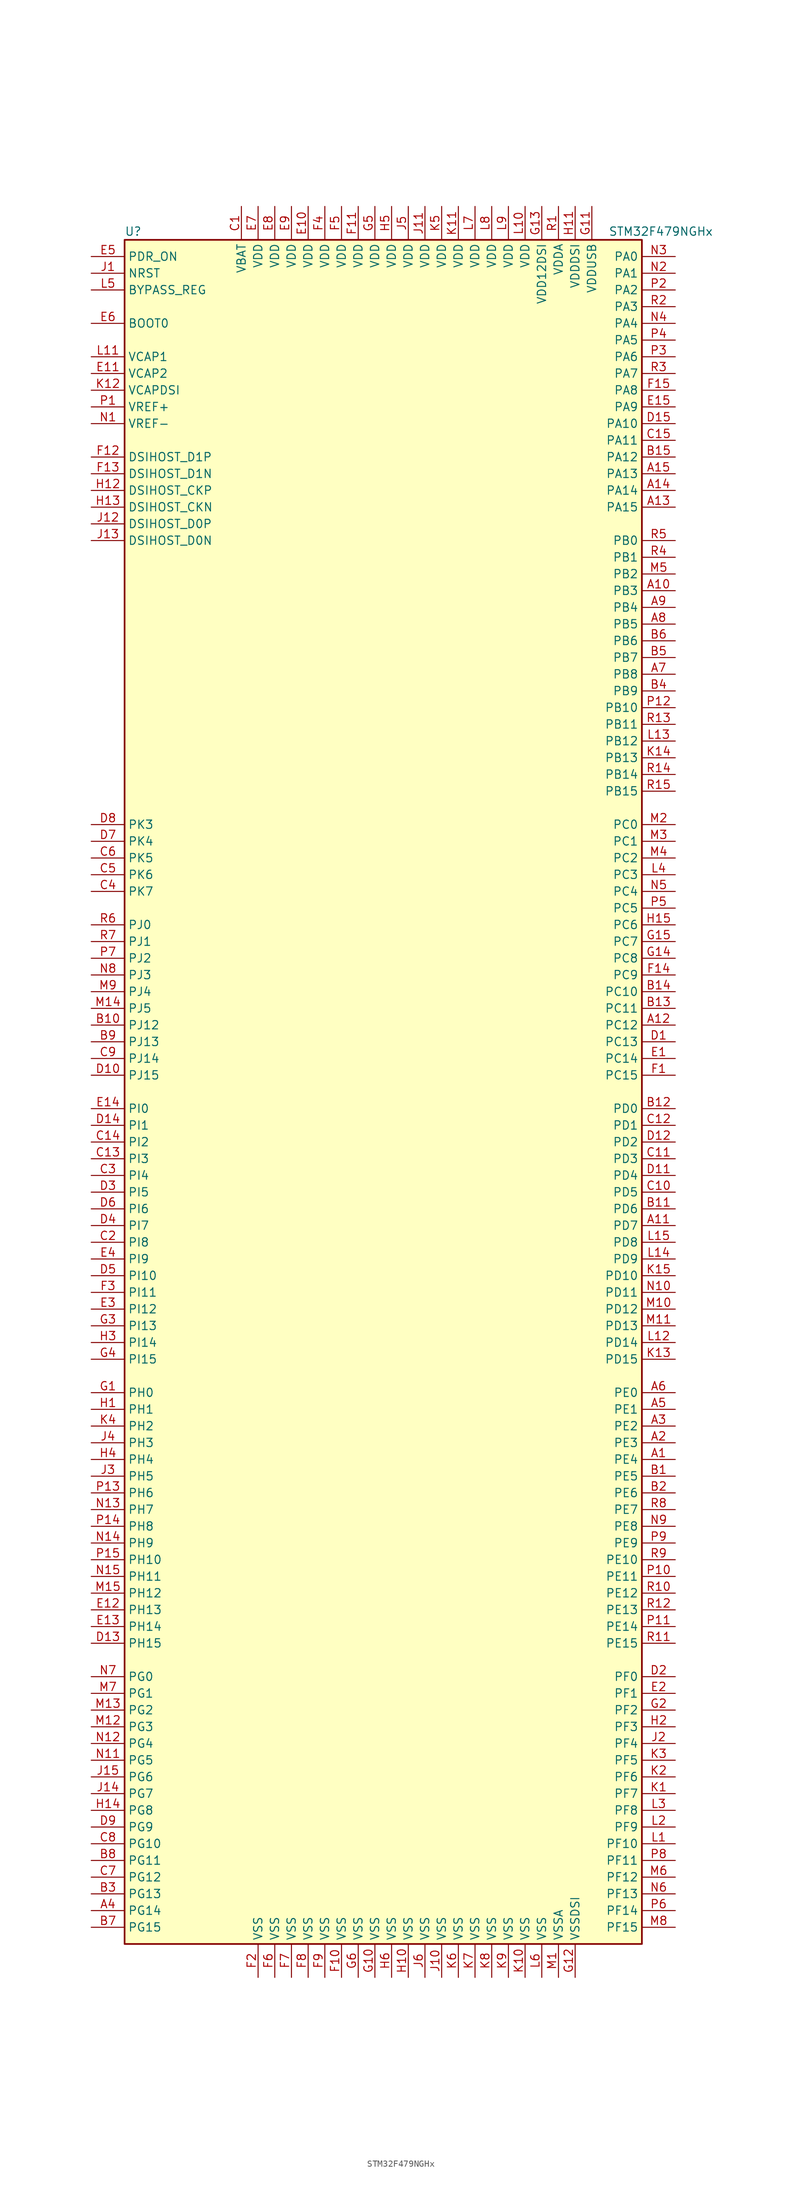
<source format=kicad_sym>
(kicad_symbol_lib
  (version 20201005)
  (generator kicad_symbol_editor)
  (symbol "STM32F479NGHx"
    (property "Reference" "U"
      (at -40.64 130.81 0)
      (effects (font (size 1.27 1.27)) (justify left)))
    (property "Value" "STM32F479NGHx"
      (at 33.02 130.81 0)
      (effects (font (size 1.27 1.27)) (justify left)))
    (symbol "STM32F479NGHx_0_1"
      (rectangle (start -40.64 -129.54) (end 38.1 129.54) (stroke (width 0.254)) (fill (type background))))
    (symbol "STM32F479NGHx_1_1"
      (pin input line (at -45.72 116.84 0) (length 5.08) (name "BOOT0" (effects (font (size 1.27 1.27)))) (number "E6" (effects (font (size 1.27 1.27)))))
      (pin input line (at -45.72 121.92 0) (length 5.08) (name "BYPASS_REG" (effects (font (size 1.27 1.27)))) (number "L5" (effects (font (size 1.27 1.27)))))
      (pin bidirectional line (at -45.72 88.9 0) (length 5.08) (name "DSIHOST_CKN" (effects (font (size 1.27 1.27)))) (number "H13" (effects (font (size 1.27 1.27)))))
      (pin bidirectional line (at -45.72 91.44 0) (length 5.08) (name "DSIHOST_CKP" (effects (font (size 1.27 1.27)))) (number "H12" (effects (font (size 1.27 1.27)))))
      (pin bidirectional line (at -45.72 83.82 0) (length 5.08) (name "DSIHOST_D0N" (effects (font (size 1.27 1.27)))) (number "J13" (effects (font (size 1.27 1.27)))))
      (pin bidirectional line (at -45.72 86.36 0) (length 5.08) (name "DSIHOST_D0P" (effects (font (size 1.27 1.27)))) (number "J12" (effects (font (size 1.27 1.27)))))
      (pin bidirectional line (at -45.72 93.98 0) (length 5.08) (name "DSIHOST_D1N" (effects (font (size 1.27 1.27)))) (number "F13" (effects (font (size 1.27 1.27)))))
      (pin bidirectional line (at -45.72 96.52 0) (length 5.08) (name "DSIHOST_D1P" (effects (font (size 1.27 1.27)))) (number "F12" (effects (font (size 1.27 1.27)))))
      (pin input line (at -45.72 124.46 0) (length 5.08) (name "NRST" (effects (font (size 1.27 1.27)))) (number "J1" (effects (font (size 1.27 1.27)))))
      (pin bidirectional line (at 43.18 127 180) (length 5.08) (name "PA0" (effects (font (size 1.27 1.27)))) (number "N3" (effects (font (size 1.27 1.27)))))
      (pin bidirectional line (at 43.18 124.46 180) (length 5.08) (name "PA1" (effects (font (size 1.27 1.27)))) (number "N2" (effects (font (size 1.27 1.27)))))
      (pin bidirectional line (at 43.18 101.6 180) (length 5.08) (name "PA10" (effects (font (size 1.27 1.27)))) (number "D15" (effects (font (size 1.27 1.27)))))
      (pin bidirectional line (at 43.18 99.06 180) (length 5.08) (name "PA11" (effects (font (size 1.27 1.27)))) (number "C15" (effects (font (size 1.27 1.27)))))
      (pin bidirectional line (at 43.18 96.52 180) (length 5.08) (name "PA12" (effects (font (size 1.27 1.27)))) (number "B15" (effects (font (size 1.27 1.27)))))
      (pin bidirectional line (at 43.18 93.98 180) (length 5.08) (name "PA13" (effects (font (size 1.27 1.27)))) (number "A15" (effects (font (size 1.27 1.27)))))
      (pin bidirectional line (at 43.18 91.44 180) (length 5.08) (name "PA14" (effects (font (size 1.27 1.27)))) (number "A14" (effects (font (size 1.27 1.27)))))
      (pin bidirectional line (at 43.18 88.9 180) (length 5.08) (name "PA15" (effects (font (size 1.27 1.27)))) (number "A13" (effects (font (size 1.27 1.27)))))
      (pin bidirectional line (at 43.18 121.92 180) (length 5.08) (name "PA2" (effects (font (size 1.27 1.27)))) (number "P2" (effects (font (size 1.27 1.27)))))
      (pin bidirectional line (at 43.18 119.38 180) (length 5.08) (name "PA3" (effects (font (size 1.27 1.27)))) (number "R2" (effects (font (size 1.27 1.27)))))
      (pin bidirectional line (at 43.18 116.84 180) (length 5.08) (name "PA4" (effects (font (size 1.27 1.27)))) (number "N4" (effects (font (size 1.27 1.27)))))
      (pin bidirectional line (at 43.18 114.3 180) (length 5.08) (name "PA5" (effects (font (size 1.27 1.27)))) (number "P4" (effects (font (size 1.27 1.27)))))
      (pin bidirectional line (at 43.18 111.76 180) (length 5.08) (name "PA6" (effects (font (size 1.27 1.27)))) (number "P3" (effects (font (size 1.27 1.27)))))
      (pin bidirectional line (at 43.18 109.22 180) (length 5.08) (name "PA7" (effects (font (size 1.27 1.27)))) (number "R3" (effects (font (size 1.27 1.27)))))
      (pin bidirectional line (at 43.18 106.68 180) (length 5.08) (name "PA8" (effects (font (size 1.27 1.27)))) (number "F15" (effects (font (size 1.27 1.27)))))
      (pin bidirectional line (at 43.18 104.14 180) (length 5.08) (name "PA9" (effects (font (size 1.27 1.27)))) (number "E15" (effects (font (size 1.27 1.27)))))
      (pin bidirectional line (at 43.18 83.82 180) (length 5.08) (name "PB0" (effects (font (size 1.27 1.27)))) (number "R5" (effects (font (size 1.27 1.27)))))
      (pin bidirectional line (at 43.18 81.28 180) (length 5.08) (name "PB1" (effects (font (size 1.27 1.27)))) (number "R4" (effects (font (size 1.27 1.27)))))
      (pin bidirectional line (at 43.18 58.42 180) (length 5.08) (name "PB10" (effects (font (size 1.27 1.27)))) (number "P12" (effects (font (size 1.27 1.27)))))
      (pin bidirectional line (at 43.18 55.88 180) (length 5.08) (name "PB11" (effects (font (size 1.27 1.27)))) (number "R13" (effects (font (size 1.27 1.27)))))
      (pin bidirectional line (at 43.18 53.34 180) (length 5.08) (name "PB12" (effects (font (size 1.27 1.27)))) (number "L13" (effects (font (size 1.27 1.27)))))
      (pin bidirectional line (at 43.18 50.8 180) (length 5.08) (name "PB13" (effects (font (size 1.27 1.27)))) (number "K14" (effects (font (size 1.27 1.27)))))
      (pin bidirectional line (at 43.18 48.26 180) (length 5.08) (name "PB14" (effects (font (size 1.27 1.27)))) (number "R14" (effects (font (size 1.27 1.27)))))
      (pin bidirectional line (at 43.18 45.72 180) (length 5.08) (name "PB15" (effects (font (size 1.27 1.27)))) (number "R15" (effects (font (size 1.27 1.27)))))
      (pin bidirectional line (at 43.18 78.74 180) (length 5.08) (name "PB2" (effects (font (size 1.27 1.27)))) (number "M5" (effects (font (size 1.27 1.27)))))
      (pin bidirectional line (at 43.18 76.2 180) (length 5.08) (name "PB3" (effects (font (size 1.27 1.27)))) (number "A10" (effects (font (size 1.27 1.27)))))
      (pin bidirectional line (at 43.18 73.66 180) (length 5.08) (name "PB4" (effects (font (size 1.27 1.27)))) (number "A9" (effects (font (size 1.27 1.27)))))
      (pin bidirectional line (at 43.18 71.12 180) (length 5.08) (name "PB5" (effects (font (size 1.27 1.27)))) (number "A8" (effects (font (size 1.27 1.27)))))
      (pin bidirectional line (at 43.18 68.58 180) (length 5.08) (name "PB6" (effects (font (size 1.27 1.27)))) (number "B6" (effects (font (size 1.27 1.27)))))
      (pin bidirectional line (at 43.18 66.04 180) (length 5.08) (name "PB7" (effects (font (size 1.27 1.27)))) (number "B5" (effects (font (size 1.27 1.27)))))
      (pin bidirectional line (at 43.18 63.5 180) (length 5.08) (name "PB8" (effects (font (size 1.27 1.27)))) (number "A7" (effects (font (size 1.27 1.27)))))
      (pin bidirectional line (at 43.18 60.96 180) (length 5.08) (name "PB9" (effects (font (size 1.27 1.27)))) (number "B4" (effects (font (size 1.27 1.27)))))
      (pin bidirectional line (at 43.18 40.64 180) (length 5.08) (name "PC0" (effects (font (size 1.27 1.27)))) (number "M2" (effects (font (size 1.27 1.27)))))
      (pin bidirectional line (at 43.18 38.1 180) (length 5.08) (name "PC1" (effects (font (size 1.27 1.27)))) (number "M3" (effects (font (size 1.27 1.27)))))
      (pin bidirectional line (at 43.18 15.24 180) (length 5.08) (name "PC10" (effects (font (size 1.27 1.27)))) (number "B14" (effects (font (size 1.27 1.27)))))
      (pin bidirectional line (at 43.18 12.7 180) (length 5.08) (name "PC11" (effects (font (size 1.27 1.27)))) (number "B13" (effects (font (size 1.27 1.27)))))
      (pin bidirectional line (at 43.18 10.16 180) (length 5.08) (name "PC12" (effects (font (size 1.27 1.27)))) (number "A12" (effects (font (size 1.27 1.27)))))
      (pin bidirectional line (at 43.18 7.62 180) (length 5.08) (name "PC13" (effects (font (size 1.27 1.27)))) (number "D1" (effects (font (size 1.27 1.27)))))
      (pin bidirectional line (at 43.18 5.08 180) (length 5.08) (name "PC14" (effects (font (size 1.27 1.27)))) (number "E1" (effects (font (size 1.27 1.27)))))
      (pin bidirectional line (at 43.18 2.54 180) (length 5.08) (name "PC15" (effects (font (size 1.27 1.27)))) (number "F1" (effects (font (size 1.27 1.27)))))
      (pin bidirectional line (at 43.18 35.56 180) (length 5.08) (name "PC2" (effects (font (size 1.27 1.27)))) (number "M4" (effects (font (size 1.27 1.27)))))
      (pin bidirectional line (at 43.18 33.02 180) (length 5.08) (name "PC3" (effects (font (size 1.27 1.27)))) (number "L4" (effects (font (size 1.27 1.27)))))
      (pin bidirectional line (at 43.18 30.48 180) (length 5.08) (name "PC4" (effects (font (size 1.27 1.27)))) (number "N5" (effects (font (size 1.27 1.27)))))
      (pin bidirectional line (at 43.18 27.94 180) (length 5.08) (name "PC5" (effects (font (size 1.27 1.27)))) (number "P5" (effects (font (size 1.27 1.27)))))
      (pin bidirectional line (at 43.18 25.4 180) (length 5.08) (name "PC6" (effects (font (size 1.27 1.27)))) (number "H15" (effects (font (size 1.27 1.27)))))
      (pin bidirectional line (at 43.18 22.86 180) (length 5.08) (name "PC7" (effects (font (size 1.27 1.27)))) (number "G15" (effects (font (size 1.27 1.27)))))
      (pin bidirectional line (at 43.18 20.32 180) (length 5.08) (name "PC8" (effects (font (size 1.27 1.27)))) (number "G14" (effects (font (size 1.27 1.27)))))
      (pin bidirectional line (at 43.18 17.78 180) (length 5.08) (name "PC9" (effects (font (size 1.27 1.27)))) (number "F14" (effects (font (size 1.27 1.27)))))
      (pin bidirectional line (at 43.18 -2.54 180) (length 5.08) (name "PD0" (effects (font (size 1.27 1.27)))) (number "B12" (effects (font (size 1.27 1.27)))))
      (pin bidirectional line (at 43.18 -5.08 180) (length 5.08) (name "PD1" (effects (font (size 1.27 1.27)))) (number "C12" (effects (font (size 1.27 1.27)))))
      (pin bidirectional line (at 43.18 -27.94 180) (length 5.08) (name "PD10" (effects (font (size 1.27 1.27)))) (number "K15" (effects (font (size 1.27 1.27)))))
      (pin bidirectional line (at 43.18 -30.48 180) (length 5.08) (name "PD11" (effects (font (size 1.27 1.27)))) (number "N10" (effects (font (size 1.27 1.27)))))
      (pin bidirectional line (at 43.18 -33.02 180) (length 5.08) (name "PD12" (effects (font (size 1.27 1.27)))) (number "M10" (effects (font (size 1.27 1.27)))))
      (pin bidirectional line (at 43.18 -35.56 180) (length 5.08) (name "PD13" (effects (font (size 1.27 1.27)))) (number "M11" (effects (font (size 1.27 1.27)))))
      (pin bidirectional line (at 43.18 -38.1 180) (length 5.08) (name "PD14" (effects (font (size 1.27 1.27)))) (number "L12" (effects (font (size 1.27 1.27)))))
      (pin bidirectional line (at 43.18 -40.64 180) (length 5.08) (name "PD15" (effects (font (size 1.27 1.27)))) (number "K13" (effects (font (size 1.27 1.27)))))
      (pin bidirectional line (at 43.18 -7.62 180) (length 5.08) (name "PD2" (effects (font (size 1.27 1.27)))) (number "D12" (effects (font (size 1.27 1.27)))))
      (pin bidirectional line (at 43.18 -10.16 180) (length 5.08) (name "PD3" (effects (font (size 1.27 1.27)))) (number "C11" (effects (font (size 1.27 1.27)))))
      (pin bidirectional line (at 43.18 -12.7 180) (length 5.08) (name "PD4" (effects (font (size 1.27 1.27)))) (number "D11" (effects (font (size 1.27 1.27)))))
      (pin bidirectional line (at 43.18 -15.24 180) (length 5.08) (name "PD5" (effects (font (size 1.27 1.27)))) (number "C10" (effects (font (size 1.27 1.27)))))
      (pin bidirectional line (at 43.18 -17.78 180) (length 5.08) (name "PD6" (effects (font (size 1.27 1.27)))) (number "B11" (effects (font (size 1.27 1.27)))))
      (pin bidirectional line (at 43.18 -20.32 180) (length 5.08) (name "PD7" (effects (font (size 1.27 1.27)))) (number "A11" (effects (font (size 1.27 1.27)))))
      (pin bidirectional line (at 43.18 -22.86 180) (length 5.08) (name "PD8" (effects (font (size 1.27 1.27)))) (number "L15" (effects (font (size 1.27 1.27)))))
      (pin bidirectional line (at 43.18 -25.4 180) (length 5.08) (name "PD9" (effects (font (size 1.27 1.27)))) (number "L14" (effects (font (size 1.27 1.27)))))
      (pin input line (at -45.72 127 0) (length 5.08) (name "PDR_ON" (effects (font (size 1.27 1.27)))) (number "E5" (effects (font (size 1.27 1.27)))))
      (pin bidirectional line (at 43.18 -45.72 180) (length 5.08) (name "PE0" (effects (font (size 1.27 1.27)))) (number "A6" (effects (font (size 1.27 1.27)))))
      (pin bidirectional line (at 43.18 -48.26 180) (length 5.08) (name "PE1" (effects (font (size 1.27 1.27)))) (number "A5" (effects (font (size 1.27 1.27)))))
      (pin bidirectional line (at 43.18 -71.12 180) (length 5.08) (name "PE10" (effects (font (size 1.27 1.27)))) (number "R9" (effects (font (size 1.27 1.27)))))
      (pin bidirectional line (at 43.18 -73.66 180) (length 5.08) (name "PE11" (effects (font (size 1.27 1.27)))) (number "P10" (effects (font (size 1.27 1.27)))))
      (pin bidirectional line (at 43.18 -76.2 180) (length 5.08) (name "PE12" (effects (font (size 1.27 1.27)))) (number "R10" (effects (font (size 1.27 1.27)))))
      (pin bidirectional line (at 43.18 -78.74 180) (length 5.08) (name "PE13" (effects (font (size 1.27 1.27)))) (number "R12" (effects (font (size 1.27 1.27)))))
      (pin bidirectional line (at 43.18 -81.28 180) (length 5.08) (name "PE14" (effects (font (size 1.27 1.27)))) (number "P11" (effects (font (size 1.27 1.27)))))
      (pin bidirectional line (at 43.18 -83.82 180) (length 5.08) (name "PE15" (effects (font (size 1.27 1.27)))) (number "R11" (effects (font (size 1.27 1.27)))))
      (pin bidirectional line (at 43.18 -50.8 180) (length 5.08) (name "PE2" (effects (font (size 1.27 1.27)))) (number "A3" (effects (font (size 1.27 1.27)))))
      (pin bidirectional line (at 43.18 -53.34 180) (length 5.08) (name "PE3" (effects (font (size 1.27 1.27)))) (number "A2" (effects (font (size 1.27 1.27)))))
      (pin bidirectional line (at 43.18 -55.88 180) (length 5.08) (name "PE4" (effects (font (size 1.27 1.27)))) (number "A1" (effects (font (size 1.27 1.27)))))
      (pin bidirectional line (at 43.18 -58.42 180) (length 5.08) (name "PE5" (effects (font (size 1.27 1.27)))) (number "B1" (effects (font (size 1.27 1.27)))))
      (pin bidirectional line (at 43.18 -60.96 180) (length 5.08) (name "PE6" (effects (font (size 1.27 1.27)))) (number "B2" (effects (font (size 1.27 1.27)))))
      (pin bidirectional line (at 43.18 -63.5 180) (length 5.08) (name "PE7" (effects (font (size 1.27 1.27)))) (number "R8" (effects (font (size 1.27 1.27)))))
      (pin bidirectional line (at 43.18 -66.04 180) (length 5.08) (name "PE8" (effects (font (size 1.27 1.27)))) (number "N9" (effects (font (size 1.27 1.27)))))
      (pin bidirectional line (at 43.18 -68.58 180) (length 5.08) (name "PE9" (effects (font (size 1.27 1.27)))) (number "P9" (effects (font (size 1.27 1.27)))))
      (pin bidirectional line (at 43.18 -88.9 180) (length 5.08) (name "PF0" (effects (font (size 1.27 1.27)))) (number "D2" (effects (font (size 1.27 1.27)))))
      (pin bidirectional line (at 43.18 -91.44 180) (length 5.08) (name "PF1" (effects (font (size 1.27 1.27)))) (number "E2" (effects (font (size 1.27 1.27)))))
      (pin bidirectional line (at 43.18 -114.3 180) (length 5.08) (name "PF10" (effects (font (size 1.27 1.27)))) (number "L1" (effects (font (size 1.27 1.27)))))
      (pin bidirectional line (at 43.18 -116.84 180) (length 5.08) (name "PF11" (effects (font (size 1.27 1.27)))) (number "P8" (effects (font (size 1.27 1.27)))))
      (pin bidirectional line (at 43.18 -119.38 180) (length 5.08) (name "PF12" (effects (font (size 1.27 1.27)))) (number "M6" (effects (font (size 1.27 1.27)))))
      (pin bidirectional line (at 43.18 -121.92 180) (length 5.08) (name "PF13" (effects (font (size 1.27 1.27)))) (number "N6" (effects (font (size 1.27 1.27)))))
      (pin bidirectional line (at 43.18 -124.46 180) (length 5.08) (name "PF14" (effects (font (size 1.27 1.27)))) (number "P6" (effects (font (size 1.27 1.27)))))
      (pin bidirectional line (at 43.18 -127 180) (length 5.08) (name "PF15" (effects (font (size 1.27 1.27)))) (number "M8" (effects (font (size 1.27 1.27)))))
      (pin bidirectional line (at 43.18 -93.98 180) (length 5.08) (name "PF2" (effects (font (size 1.27 1.27)))) (number "G2" (effects (font (size 1.27 1.27)))))
      (pin bidirectional line (at 43.18 -96.52 180) (length 5.08) (name "PF3" (effects (font (size 1.27 1.27)))) (number "H2" (effects (font (size 1.27 1.27)))))
      (pin bidirectional line (at 43.18 -99.06 180) (length 5.08) (name "PF4" (effects (font (size 1.27 1.27)))) (number "J2" (effects (font (size 1.27 1.27)))))
      (pin bidirectional line (at 43.18 -101.6 180) (length 5.08) (name "PF5" (effects (font (size 1.27 1.27)))) (number "K3" (effects (font (size 1.27 1.27)))))
      (pin bidirectional line (at 43.18 -104.14 180) (length 5.08) (name "PF6" (effects (font (size 1.27 1.27)))) (number "K2" (effects (font (size 1.27 1.27)))))
      (pin bidirectional line (at 43.18 -106.68 180) (length 5.08) (name "PF7" (effects (font (size 1.27 1.27)))) (number "K1" (effects (font (size 1.27 1.27)))))
      (pin bidirectional line (at 43.18 -109.22 180) (length 5.08) (name "PF8" (effects (font (size 1.27 1.27)))) (number "L3" (effects (font (size 1.27 1.27)))))
      (pin bidirectional line (at 43.18 -111.76 180) (length 5.08) (name "PF9" (effects (font (size 1.27 1.27)))) (number "L2" (effects (font (size 1.27 1.27)))))
      (pin bidirectional line (at -45.72 -88.9 0) (length 5.08) (name "PG0" (effects (font (size 1.27 1.27)))) (number "N7" (effects (font (size 1.27 1.27)))))
      (pin bidirectional line (at -45.72 -91.44 0) (length 5.08) (name "PG1" (effects (font (size 1.27 1.27)))) (number "M7" (effects (font (size 1.27 1.27)))))
      (pin bidirectional line (at -45.72 -114.3 0) (length 5.08) (name "PG10" (effects (font (size 1.27 1.27)))) (number "C8" (effects (font (size 1.27 1.27)))))
      (pin bidirectional line (at -45.72 -116.84 0) (length 5.08) (name "PG11" (effects (font (size 1.27 1.27)))) (number "B8" (effects (font (size 1.27 1.27)))))
      (pin bidirectional line (at -45.72 -119.38 0) (length 5.08) (name "PG12" (effects (font (size 1.27 1.27)))) (number "C7" (effects (font (size 1.27 1.27)))))
      (pin bidirectional line (at -45.72 -121.92 0) (length 5.08) (name "PG13" (effects (font (size 1.27 1.27)))) (number "B3" (effects (font (size 1.27 1.27)))))
      (pin bidirectional line (at -45.72 -124.46 0) (length 5.08) (name "PG14" (effects (font (size 1.27 1.27)))) (number "A4" (effects (font (size 1.27 1.27)))))
      (pin bidirectional line (at -45.72 -127 0) (length 5.08) (name "PG15" (effects (font (size 1.27 1.27)))) (number "B7" (effects (font (size 1.27 1.27)))))
      (pin bidirectional line (at -45.72 -93.98 0) (length 5.08) (name "PG2" (effects (font (size 1.27 1.27)))) (number "M13" (effects (font (size 1.27 1.27)))))
      (pin bidirectional line (at -45.72 -96.52 0) (length 5.08) (name "PG3" (effects (font (size 1.27 1.27)))) (number "M12" (effects (font (size 1.27 1.27)))))
      (pin bidirectional line (at -45.72 -99.06 0) (length 5.08) (name "PG4" (effects (font (size 1.27 1.27)))) (number "N12" (effects (font (size 1.27 1.27)))))
      (pin bidirectional line (at -45.72 -101.6 0) (length 5.08) (name "PG5" (effects (font (size 1.27 1.27)))) (number "N11" (effects (font (size 1.27 1.27)))))
      (pin bidirectional line (at -45.72 -104.14 0) (length 5.08) (name "PG6" (effects (font (size 1.27 1.27)))) (number "J15" (effects (font (size 1.27 1.27)))))
      (pin bidirectional line (at -45.72 -106.68 0) (length 5.08) (name "PG7" (effects (font (size 1.27 1.27)))) (number "J14" (effects (font (size 1.27 1.27)))))
      (pin bidirectional line (at -45.72 -109.22 0) (length 5.08) (name "PG8" (effects (font (size 1.27 1.27)))) (number "H14" (effects (font (size 1.27 1.27)))))
      (pin bidirectional line (at -45.72 -111.76 0) (length 5.08) (name "PG9" (effects (font (size 1.27 1.27)))) (number "D9" (effects (font (size 1.27 1.27)))))
      (pin input line (at -45.72 -45.72 0) (length 5.08) (name "PH0" (effects (font (size 1.27 1.27)))) (number "G1" (effects (font (size 1.27 1.27)))))
      (pin input line (at -45.72 -48.26 0) (length 5.08) (name "PH1" (effects (font (size 1.27 1.27)))) (number "H1" (effects (font (size 1.27 1.27)))))
      (pin bidirectional line (at -45.72 -71.12 0) (length 5.08) (name "PH10" (effects (font (size 1.27 1.27)))) (number "P15" (effects (font (size 1.27 1.27)))))
      (pin bidirectional line (at -45.72 -73.66 0) (length 5.08) (name "PH11" (effects (font (size 1.27 1.27)))) (number "N15" (effects (font (size 1.27 1.27)))))
      (pin bidirectional line (at -45.72 -76.2 0) (length 5.08) (name "PH12" (effects (font (size 1.27 1.27)))) (number "M15" (effects (font (size 1.27 1.27)))))
      (pin bidirectional line (at -45.72 -78.74 0) (length 5.08) (name "PH13" (effects (font (size 1.27 1.27)))) (number "E12" (effects (font (size 1.27 1.27)))))
      (pin bidirectional line (at -45.72 -81.28 0) (length 5.08) (name "PH14" (effects (font (size 1.27 1.27)))) (number "E13" (effects (font (size 1.27 1.27)))))
      (pin bidirectional line (at -45.72 -83.82 0) (length 5.08) (name "PH15" (effects (font (size 1.27 1.27)))) (number "D13" (effects (font (size 1.27 1.27)))))
      (pin bidirectional line (at -45.72 -50.8 0) (length 5.08) (name "PH2" (effects (font (size 1.27 1.27)))) (number "K4" (effects (font (size 1.27 1.27)))))
      (pin bidirectional line (at -45.72 -53.34 0) (length 5.08) (name "PH3" (effects (font (size 1.27 1.27)))) (number "J4" (effects (font (size 1.27 1.27)))))
      (pin bidirectional line (at -45.72 -55.88 0) (length 5.08) (name "PH4" (effects (font (size 1.27 1.27)))) (number "H4" (effects (font (size 1.27 1.27)))))
      (pin bidirectional line (at -45.72 -58.42 0) (length 5.08) (name "PH5" (effects (font (size 1.27 1.27)))) (number "J3" (effects (font (size 1.27 1.27)))))
      (pin bidirectional line (at -45.72 -60.96 0) (length 5.08) (name "PH6" (effects (font (size 1.27 1.27)))) (number "P13" (effects (font (size 1.27 1.27)))))
      (pin bidirectional line (at -45.72 -63.5 0) (length 5.08) (name "PH7" (effects (font (size 1.27 1.27)))) (number "N13" (effects (font (size 1.27 1.27)))))
      (pin bidirectional line (at -45.72 -66.04 0) (length 5.08) (name "PH8" (effects (font (size 1.27 1.27)))) (number "P14" (effects (font (size 1.27 1.27)))))
      (pin bidirectional line (at -45.72 -68.58 0) (length 5.08) (name "PH9" (effects (font (size 1.27 1.27)))) (number "N14" (effects (font (size 1.27 1.27)))))
      (pin bidirectional line (at -45.72 -2.54 0) (length 5.08) (name "PI0" (effects (font (size 1.27 1.27)))) (number "E14" (effects (font (size 1.27 1.27)))))
      (pin bidirectional line (at -45.72 -5.08 0) (length 5.08) (name "PI1" (effects (font (size 1.27 1.27)))) (number "D14" (effects (font (size 1.27 1.27)))))
      (pin bidirectional line (at -45.72 -27.94 0) (length 5.08) (name "PI10" (effects (font (size 1.27 1.27)))) (number "D5" (effects (font (size 1.27 1.27)))))
      (pin bidirectional line (at -45.72 -30.48 0) (length 5.08) (name "PI11" (effects (font (size 1.27 1.27)))) (number "F3" (effects (font (size 1.27 1.27)))))
      (pin bidirectional line (at -45.72 -33.02 0) (length 5.08) (name "PI12" (effects (font (size 1.27 1.27)))) (number "E3" (effects (font (size 1.27 1.27)))))
      (pin bidirectional line (at -45.72 -35.56 0) (length 5.08) (name "PI13" (effects (font (size 1.27 1.27)))) (number "G3" (effects (font (size 1.27 1.27)))))
      (pin bidirectional line (at -45.72 -38.1 0) (length 5.08) (name "PI14" (effects (font (size 1.27 1.27)))) (number "H3" (effects (font (size 1.27 1.27)))))
      (pin bidirectional line (at -45.72 -40.64 0) (length 5.08) (name "PI15" (effects (font (size 1.27 1.27)))) (number "G4" (effects (font (size 1.27 1.27)))))
      (pin bidirectional line (at -45.72 -7.62 0) (length 5.08) (name "PI2" (effects (font (size 1.27 1.27)))) (number "C14" (effects (font (size 1.27 1.27)))))
      (pin bidirectional line (at -45.72 -10.16 0) (length 5.08) (name "PI3" (effects (font (size 1.27 1.27)))) (number "C13" (effects (font (size 1.27 1.27)))))
      (pin bidirectional line (at -45.72 -12.7 0) (length 5.08) (name "PI4" (effects (font (size 1.27 1.27)))) (number "C3" (effects (font (size 1.27 1.27)))))
      (pin bidirectional line (at -45.72 -15.24 0) (length 5.08) (name "PI5" (effects (font (size 1.27 1.27)))) (number "D3" (effects (font (size 1.27 1.27)))))
      (pin bidirectional line (at -45.72 -17.78 0) (length 5.08) (name "PI6" (effects (font (size 1.27 1.27)))) (number "D6" (effects (font (size 1.27 1.27)))))
      (pin bidirectional line (at -45.72 -20.32 0) (length 5.08) (name "PI7" (effects (font (size 1.27 1.27)))) (number "D4" (effects (font (size 1.27 1.27)))))
      (pin bidirectional line (at -45.72 -22.86 0) (length 5.08) (name "PI8" (effects (font (size 1.27 1.27)))) (number "C2" (effects (font (size 1.27 1.27)))))
      (pin bidirectional line (at -45.72 -25.4 0) (length 5.08) (name "PI9" (effects (font (size 1.27 1.27)))) (number "E4" (effects (font (size 1.27 1.27)))))
      (pin bidirectional line (at -45.72 25.4 0) (length 5.08) (name "PJ0" (effects (font (size 1.27 1.27)))) (number "R6" (effects (font (size 1.27 1.27)))))
      (pin bidirectional line (at -45.72 22.86 0) (length 5.08) (name "PJ1" (effects (font (size 1.27 1.27)))) (number "R7" (effects (font (size 1.27 1.27)))))
      (pin bidirectional line (at -45.72 10.16 0) (length 5.08) (name "PJ12" (effects (font (size 1.27 1.27)))) (number "B10" (effects (font (size 1.27 1.27)))))
      (pin bidirectional line (at -45.72 7.62 0) (length 5.08) (name "PJ13" (effects (font (size 1.27 1.27)))) (number "B9" (effects (font (size 1.27 1.27)))))
      (pin bidirectional line (at -45.72 5.08 0) (length 5.08) (name "PJ14" (effects (font (size 1.27 1.27)))) (number "C9" (effects (font (size 1.27 1.27)))))
      (pin bidirectional line (at -45.72 2.54 0) (length 5.08) (name "PJ15" (effects (font (size 1.27 1.27)))) (number "D10" (effects (font (size 1.27 1.27)))))
      (pin bidirectional line (at -45.72 20.32 0) (length 5.08) (name "PJ2" (effects (font (size 1.27 1.27)))) (number "P7" (effects (font (size 1.27 1.27)))))
      (pin bidirectional line (at -45.72 17.78 0) (length 5.08) (name "PJ3" (effects (font (size 1.27 1.27)))) (number "N8" (effects (font (size 1.27 1.27)))))
      (pin bidirectional line (at -45.72 15.24 0) (length 5.08) (name "PJ4" (effects (font (size 1.27 1.27)))) (number "M9" (effects (font (size 1.27 1.27)))))
      (pin bidirectional line (at -45.72 12.7 0) (length 5.08) (name "PJ5" (effects (font (size 1.27 1.27)))) (number "M14" (effects (font (size 1.27 1.27)))))
      (pin bidirectional line (at -45.72 40.64 0) (length 5.08) (name "PK3" (effects (font (size 1.27 1.27)))) (number "D8" (effects (font (size 1.27 1.27)))))
      (pin bidirectional line (at -45.72 38.1 0) (length 5.08) (name "PK4" (effects (font (size 1.27 1.27)))) (number "D7" (effects (font (size 1.27 1.27)))))
      (pin bidirectional line (at -45.72 35.56 0) (length 5.08) (name "PK5" (effects (font (size 1.27 1.27)))) (number "C6" (effects (font (size 1.27 1.27)))))
      (pin bidirectional line (at -45.72 33.02 0) (length 5.08) (name "PK6" (effects (font (size 1.27 1.27)))) (number "C5" (effects (font (size 1.27 1.27)))))
      (pin bidirectional line (at -45.72 30.48 0) (length 5.08) (name "PK7" (effects (font (size 1.27 1.27)))) (number "C4" (effects (font (size 1.27 1.27)))))
      (pin power_in line (at -22.86 134.62 270) (length 5.08) (name "VBAT" (effects (font (size 1.27 1.27)))) (number "C1" (effects (font (size 1.27 1.27)))))
      (pin power_in line (at -45.72 111.76 0) (length 5.08) (name "VCAP1" (effects (font (size 1.27 1.27)))) (number "L11" (effects (font (size 1.27 1.27)))))
      (pin power_in line (at -45.72 109.22 0) (length 5.08) (name "VCAP2" (effects (font (size 1.27 1.27)))) (number "E11" (effects (font (size 1.27 1.27)))))
      (pin power_in line (at -45.72 106.68 0) (length 5.08) (name "VCAPDSI" (effects (font (size 1.27 1.27)))) (number "K12" (effects (font (size 1.27 1.27)))))
      (pin power_in line (at -12.7 134.62 270) (length 5.08) (name "VDD" (effects (font (size 1.27 1.27)))) (number "E10" (effects (font (size 1.27 1.27)))))
      (pin power_in line (at -20.32 134.62 270) (length 5.08) (name "VDD" (effects (font (size 1.27 1.27)))) (number "E7" (effects (font (size 1.27 1.27)))))
      (pin power_in line (at -17.78 134.62 270) (length 5.08) (name "VDD" (effects (font (size 1.27 1.27)))) (number "E8" (effects (font (size 1.27 1.27)))))
      (pin power_in line (at -15.24 134.62 270) (length 5.08) (name "VDD" (effects (font (size 1.27 1.27)))) (number "E9" (effects (font (size 1.27 1.27)))))
      (pin power_in line (at -5.08 134.62 270) (length 5.08) (name "VDD" (effects (font (size 1.27 1.27)))) (number "F11" (effects (font (size 1.27 1.27)))))
      (pin power_in line (at -10.16 134.62 270) (length 5.08) (name "VDD" (effects (font (size 1.27 1.27)))) (number "F4" (effects (font (size 1.27 1.27)))))
      (pin power_in line (at -7.62 134.62 270) (length 5.08) (name "VDD" (effects (font (size 1.27 1.27)))) (number "F5" (effects (font (size 1.27 1.27)))))
      (pin power_in line (at -2.54 134.62 270) (length 5.08) (name "VDD" (effects (font (size 1.27 1.27)))) (number "G5" (effects (font (size 1.27 1.27)))))
      (pin power_in line (at 0 134.62 270) (length 5.08) (name "VDD" (effects (font (size 1.27 1.27)))) (number "H5" (effects (font (size 1.27 1.27)))))
      (pin power_in line (at 5.08 134.62 270) (length 5.08) (name "VDD" (effects (font (size 1.27 1.27)))) (number "J11" (effects (font (size 1.27 1.27)))))
      (pin power_in line (at 2.54 134.62 270) (length 5.08) (name "VDD" (effects (font (size 1.27 1.27)))) (number "J5" (effects (font (size 1.27 1.27)))))
      (pin power_in line (at 10.16 134.62 270) (length 5.08) (name "VDD" (effects (font (size 1.27 1.27)))) (number "K11" (effects (font (size 1.27 1.27)))))
      (pin power_in line (at 7.62 134.62 270) (length 5.08) (name "VDD" (effects (font (size 1.27 1.27)))) (number "K5" (effects (font (size 1.27 1.27)))))
      (pin power_in line (at 20.32 134.62 270) (length 5.08) (name "VDD" (effects (font (size 1.27 1.27)))) (number "L10" (effects (font (size 1.27 1.27)))))
      (pin power_in line (at 12.7 134.62 270) (length 5.08) (name "VDD" (effects (font (size 1.27 1.27)))) (number "L7" (effects (font (size 1.27 1.27)))))
      (pin power_in line (at 15.24 134.62 270) (length 5.08) (name "VDD" (effects (font (size 1.27 1.27)))) (number "L8" (effects (font (size 1.27 1.27)))))
      (pin power_in line (at 17.78 134.62 270) (length 5.08) (name "VDD" (effects (font (size 1.27 1.27)))) (number "L9" (effects (font (size 1.27 1.27)))))
      (pin power_in line (at 22.86 134.62 270) (length 5.08) (name "VDD12DSI" (effects (font (size 1.27 1.27)))) (number "G13" (effects (font (size 1.27 1.27)))))
      (pin power_in line (at 25.4 134.62 270) (length 5.08) (name "VDDA" (effects (font (size 1.27 1.27)))) (number "R1" (effects (font (size 1.27 1.27)))))
      (pin power_in line (at 27.94 134.62 270) (length 5.08) (name "VDDDSI" (effects (font (size 1.27 1.27)))) (number "H11" (effects (font (size 1.27 1.27)))))
      (pin power_in line (at 30.48 134.62 270) (length 5.08) (name "VDDUSB" (effects (font (size 1.27 1.27)))) (number "G11" (effects (font (size 1.27 1.27)))))
      (pin power_in line (at -45.72 104.14 0) (length 5.08) (name "VREF+" (effects (font (size 1.27 1.27)))) (number "P1" (effects (font (size 1.27 1.27)))))
      (pin power_in line (at -45.72 101.6 0) (length 5.08) (name "VREF-" (effects (font (size 1.27 1.27)))) (number "N1" (effects (font (size 1.27 1.27)))))
      (pin power_in line (at -7.62 -134.62 90) (length 5.08) (name "VSS" (effects (font (size 1.27 1.27)))) (number "F10" (effects (font (size 1.27 1.27)))))
      (pin power_in line (at -20.32 -134.62 90) (length 5.08) (name "VSS" (effects (font (size 1.27 1.27)))) (number "F2" (effects (font (size 1.27 1.27)))))
      (pin power_in line (at -17.78 -134.62 90) (length 5.08) (name "VSS" (effects (font (size 1.27 1.27)))) (number "F6" (effects (font (size 1.27 1.27)))))
      (pin power_in line (at -15.24 -134.62 90) (length 5.08) (name "VSS" (effects (font (size 1.27 1.27)))) (number "F7" (effects (font (size 1.27 1.27)))))
      (pin power_in line (at -12.7 -134.62 90) (length 5.08) (name "VSS" (effects (font (size 1.27 1.27)))) (number "F8" (effects (font (size 1.27 1.27)))))
      (pin power_in line (at -10.16 -134.62 90) (length 5.08) (name "VSS" (effects (font (size 1.27 1.27)))) (number "F9" (effects (font (size 1.27 1.27)))))
      (pin power_in line (at -2.54 -134.62 90) (length 5.08) (name "VSS" (effects (font (size 1.27 1.27)))) (number "G10" (effects (font (size 1.27 1.27)))))
      (pin power_in line (at -5.08 -134.62 90) (length 5.08) (name "VSS" (effects (font (size 1.27 1.27)))) (number "G6" (effects (font (size 1.27 1.27)))))
      (pin power_in line (at 2.54 -134.62 90) (length 5.08) (name "VSS" (effects (font (size 1.27 1.27)))) (number "H10" (effects (font (size 1.27 1.27)))))
      (pin power_in line (at 0 -134.62 90) (length 5.08) (name "VSS" (effects (font (size 1.27 1.27)))) (number "H6" (effects (font (size 1.27 1.27)))))
      (pin power_in line (at 7.62 -134.62 90) (length 5.08) (name "VSS" (effects (font (size 1.27 1.27)))) (number "J10" (effects (font (size 1.27 1.27)))))
      (pin power_in line (at 5.08 -134.62 90) (length 5.08) (name "VSS" (effects (font (size 1.27 1.27)))) (number "J6" (effects (font (size 1.27 1.27)))))
      (pin power_in line (at 20.32 -134.62 90) (length 5.08) (name "VSS" (effects (font (size 1.27 1.27)))) (number "K10" (effects (font (size 1.27 1.27)))))
      (pin power_in line (at 10.16 -134.62 90) (length 5.08) (name "VSS" (effects (font (size 1.27 1.27)))) (number "K6" (effects (font (size 1.27 1.27)))))
      (pin power_in line (at 12.7 -134.62 90) (length 5.08) (name "VSS" (effects (font (size 1.27 1.27)))) (number "K7" (effects (font (size 1.27 1.27)))))
      (pin power_in line (at 15.24 -134.62 90) (length 5.08) (name "VSS" (effects (font (size 1.27 1.27)))) (number "K8" (effects (font (size 1.27 1.27)))))
      (pin power_in line (at 17.78 -134.62 90) (length 5.08) (name "VSS" (effects (font (size 1.27 1.27)))) (number "K9" (effects (font (size 1.27 1.27)))))
      (pin power_in line (at 22.86 -134.62 90) (length 5.08) (name "VSS" (effects (font (size 1.27 1.27)))) (number "L6" (effects (font (size 1.27 1.27)))))
      (pin power_in line (at 25.4 -134.62 90) (length 5.08) (name "VSSA" (effects (font (size 1.27 1.27)))) (number "M1" (effects (font (size 1.27 1.27)))))
      (pin power_in line (at 27.94 -134.62 90) (length 5.08) (name "VSSDSI" (effects (font (size 1.27 1.27)))) (number "G12" (effects (font (size 1.27 1.27))))))))
</source>
